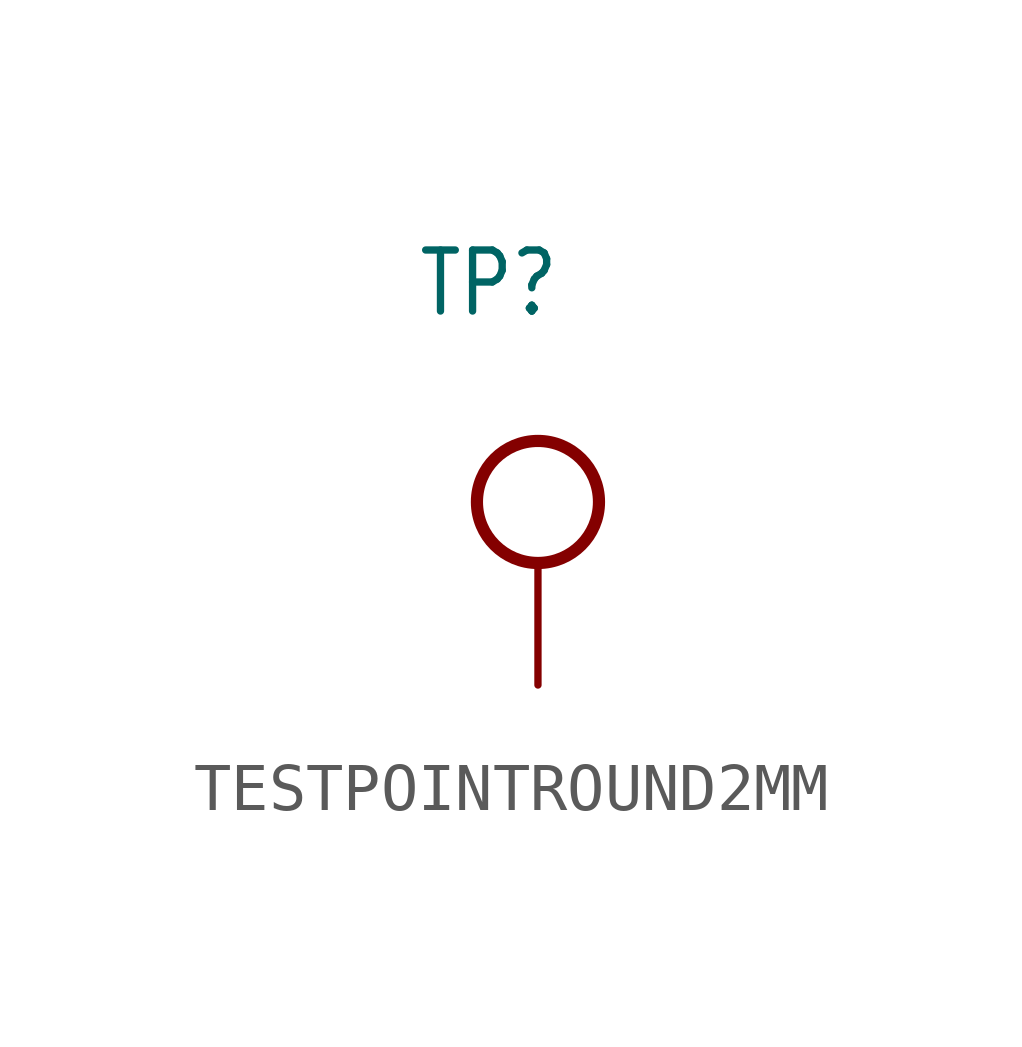
<source format=kicad_sym>
(kicad_symbol_lib
  (version 20220914)
  (generator kicad_symbol_editor)
  (symbol "TESTPOINTROUND2MM"
    (property "Reference" "TP"
      (at -2.54 7.62 0)
      (effects (font (size 1.27 1.079)) (justify left bottom)))
    (property "Value" ""
      (at -2.54 5.715 0)
      (effects (font (size 1.27 1.079)) (justify left bottom)))
    (property "ki_locked" ""
      (at 0 0 0)
      (effects (font (size 1.27 1.27))))
    (symbol "TESTPOINTROUND2MM_1_0"
      (circle (center 0 3.81) (radius 1.27) (stroke (width 0.254) (type solid)) (fill (type none)))
      (pin bidirectional line (at 0 0 90) (length 2.54) (name "P$1" (effects (font (size 0 0)))) (number "P$1" (effects (font (size 0 0))))))))
</source>
